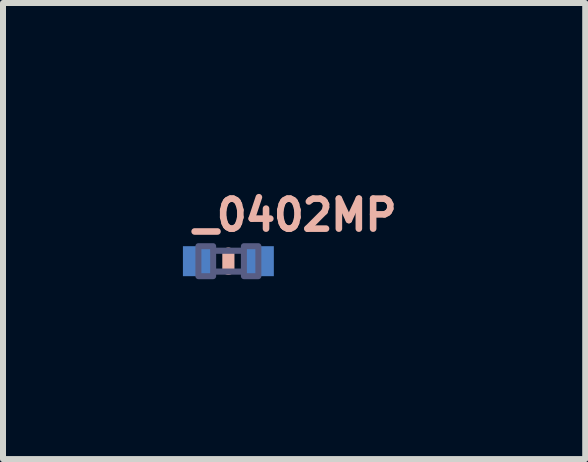
<source format=kicad_pcb>
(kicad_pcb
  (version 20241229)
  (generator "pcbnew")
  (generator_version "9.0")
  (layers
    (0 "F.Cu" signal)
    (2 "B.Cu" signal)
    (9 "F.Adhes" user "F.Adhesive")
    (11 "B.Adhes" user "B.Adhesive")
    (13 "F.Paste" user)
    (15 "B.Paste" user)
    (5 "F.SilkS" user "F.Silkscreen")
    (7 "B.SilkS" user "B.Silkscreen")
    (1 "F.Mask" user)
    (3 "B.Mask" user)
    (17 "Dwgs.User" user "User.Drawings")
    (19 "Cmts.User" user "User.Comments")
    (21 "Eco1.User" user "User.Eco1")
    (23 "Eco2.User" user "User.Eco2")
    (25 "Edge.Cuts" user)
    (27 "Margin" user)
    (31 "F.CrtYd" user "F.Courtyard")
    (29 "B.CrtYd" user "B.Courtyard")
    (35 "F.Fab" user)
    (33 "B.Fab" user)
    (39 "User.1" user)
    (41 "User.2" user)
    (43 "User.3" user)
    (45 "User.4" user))
  (footprint "_0402MP"
    (layer "F.Cu")
    (at 0.758 1.305)
    (property "Reference" "_0402MP" (at -0.635 -0.476 0) (layer "B.SilkS") (effects (font (size 0.5 0.5) (thickness 0.11)) (justify left bottom)))
    (fp_line (start 0 -0.127) (end 0 0.127) (stroke (width 0.203) (type solid)) (layer "B.SilkS"))
    (fp_line (start -0.245 -0.174) (end 0.245 -0.174) (stroke (width 0.102) (type solid)) (layer "B.Fab"))
    (fp_line (start 0.245 0.174) (end -0.245 0.174) (stroke (width 0.102) (type solid)) (layer "B.Fab"))
    (fp_poly (pts (xy -0.5 0.25) (xy -0.254 0.25) (xy -0.254 -0.25) (xy -0.5 -0.25)) (stroke (width 0.1) (type solid)) (fill no) (layer "B.Fab"))
    (fp_poly (pts (xy 0.259 0.25) (xy 0.5 0.25) (xy 0.5 -0.25) (xy 0.259 -0.25)) (stroke (width 0.1) (type solid)) (fill no) (layer "B.Fab"))
    (pad "1" smd rect (at -0.508 0) (size 0.5 0.5) (layers "B.Cu" "B.Mask" "B.Paste"))
    (pad "2" smd rect (at 0.508 0) (size 0.5 0.5) (layers "B.Cu" "B.Mask" "B.Paste")))
  (gr_rect
    (start -3 -3)
    (end 6.708 4.605)
    (stroke (width 0.1) (type default))
    (fill no)
    (layer "Edge.Cuts")))
</source>
